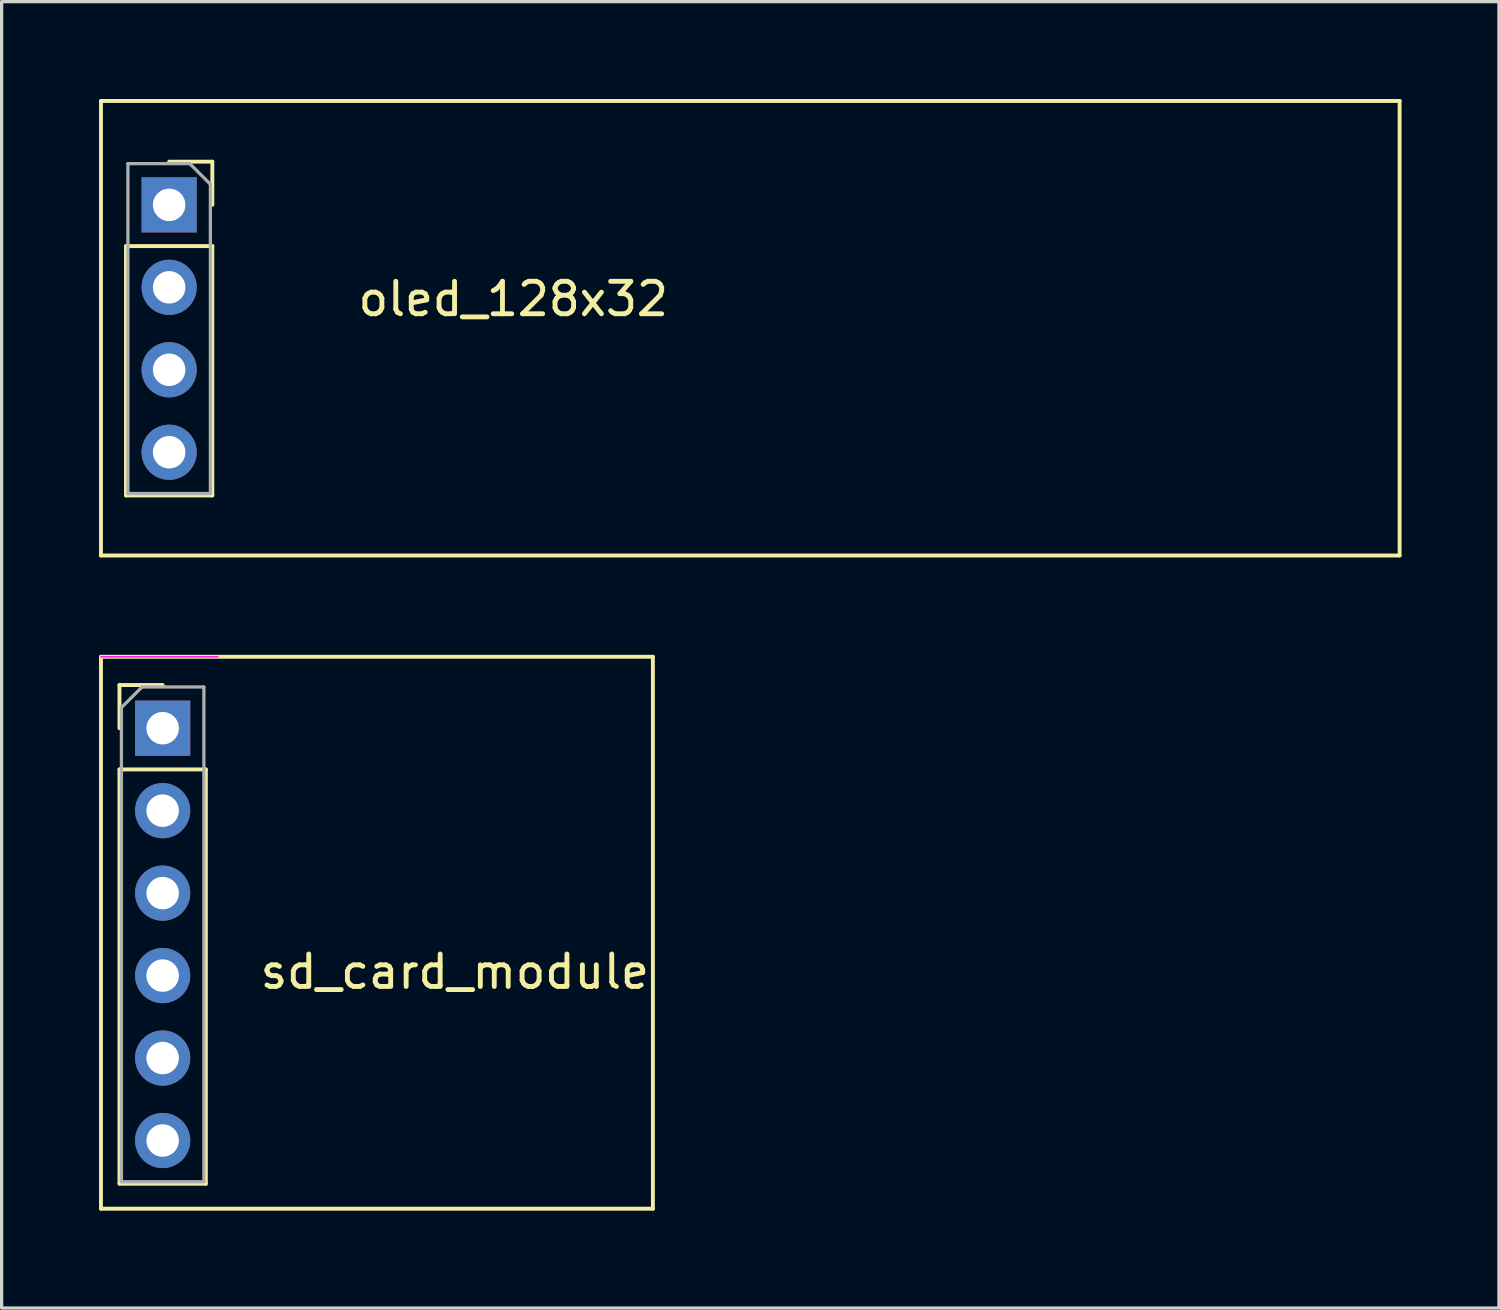
<source format=kicad_pcb>
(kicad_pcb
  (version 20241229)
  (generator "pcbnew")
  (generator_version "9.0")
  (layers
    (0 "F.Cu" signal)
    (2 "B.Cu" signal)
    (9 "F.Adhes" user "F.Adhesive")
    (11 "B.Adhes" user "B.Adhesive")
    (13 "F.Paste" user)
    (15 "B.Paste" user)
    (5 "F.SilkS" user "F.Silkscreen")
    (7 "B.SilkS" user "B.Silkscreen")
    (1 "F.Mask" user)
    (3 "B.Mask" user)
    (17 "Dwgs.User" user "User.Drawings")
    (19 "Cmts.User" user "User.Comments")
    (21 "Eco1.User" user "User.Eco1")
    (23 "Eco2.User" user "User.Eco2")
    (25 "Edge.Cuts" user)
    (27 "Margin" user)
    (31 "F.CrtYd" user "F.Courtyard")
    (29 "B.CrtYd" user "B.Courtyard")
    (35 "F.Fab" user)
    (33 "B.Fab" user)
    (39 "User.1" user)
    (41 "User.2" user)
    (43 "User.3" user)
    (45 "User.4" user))
  (footprint "oled_128x32"
    (layer "F.Cu")
    (at 2.16 2.06)
    (property "Reference" "oled_128x32" (at 10.6 4.1 0) (layer "F.SilkS") (effects (font (size 1 1) (thickness 0.15))))
    (attr through_hole)
    (fp_line (start -2.1 -2) (end -2.1 12) (stroke (width 0.12) (type solid)) (layer "F.SilkS"))
    (fp_line (start -2.1 12) (end 37.9 12) (stroke (width 0.12) (type solid)) (layer "F.SilkS"))
    (fp_line (start -1.33 2.47) (end -1.33 10.15) (stroke (width 0.12) (type solid)) (layer "F.SilkS"))
    (fp_line (start -1.33 2.47) (end 1.33 2.47) (stroke (width 0.12) (type solid)) (layer "F.SilkS"))
    (fp_line (start -1.33 10.15) (end 1.33 10.15) (stroke (width 0.12) (type solid)) (layer "F.SilkS"))
    (fp_line (start 0 -0.13) (end 1.33 -0.13) (stroke (width 0.12) (type solid)) (layer "F.SilkS"))
    (fp_line (start 1.33 -0.13) (end 1.33 1.2) (stroke (width 0.12) (type solid)) (layer "F.SilkS"))
    (fp_line (start 1.33 2.47) (end 1.33 10.15) (stroke (width 0.12) (type solid)) (layer "F.SilkS"))
    (fp_line (start 37.9 -2) (end -2.1 -2) (stroke (width 0.12) (type solid)) (layer "F.SilkS"))
    (fp_line (start 37.9 12) (end 37.9 -2) (stroke (width 0.12) (type solid)) (layer "F.SilkS"))
    (fp_line (start -1.27 -0.07) (end 0.635 -0.07) (stroke (width 0.1) (type solid)) (layer "F.Fab"))
    (fp_line (start -1.27 10.09) (end -1.27 -0.07) (stroke (width 0.1) (type solid)) (layer "F.Fab"))
    (fp_line (start 0.635 -0.07) (end 1.27 0.565) (stroke (width 0.1) (type solid)) (layer "F.Fab"))
    (fp_line (start 1.27 0.565) (end 1.27 10.09) (stroke (width 0.1) (type solid)) (layer "F.Fab"))
    (fp_line (start 1.27 10.09) (end -1.27 10.09) (stroke (width 0.1) (type solid)) (layer "F.Fab"))
    (pad "GND" thru_hole oval (at 0 8.82) (size 1.7 1.7) (drill 1) (layers "*.Cu" "*.Mask"))
    (pad "SCL" thru_hole oval (at 0 3.74) (size 1.7 1.7) (drill 1) (layers "*.Cu" "*.Mask"))
    (pad "SDA" thru_hole rect (at 0 1.2) (size 1.7 1.7) (drill 1) (layers "*.Cu" "*.Mask"))
    (pad "VCC" thru_hole oval (at 0 6.28) (size 1.7 1.7) (drill 1) (layers "*.Cu" "*.Mask")))
  (footprint "sd_card_module"
    (layer "F.Cu")
    (at 1.86 18.98)
    (property "Reference" "sd_card_module" (at 9.1 7.9 0) (layer "F.SilkS") (effects (font (size 1 1) (thickness 0.15))))
    (attr through_hole)
    (fp_line (start -1.8 -1.8) (end 15.2 -1.8) (stroke (width 0.12) (type solid)) (layer "F.SilkS"))
    (fp_line (start -1.8 15.2) (end -1.8 -1.8) (stroke (width 0.12) (type solid)) (layer "F.SilkS"))
    (fp_line (start -1.23 -0.93) (end 0.1 -0.93) (stroke (width 0.12) (type solid)) (layer "F.SilkS"))
    (fp_line (start -1.23 0.4) (end -1.23 -0.93) (stroke (width 0.12) (type solid)) (layer "F.SilkS"))
    (fp_line (start -1.23 1.67) (end -1.23 14.43) (stroke (width 0.12) (type solid)) (layer "F.SilkS"))
    (fp_line (start -1.23 1.67) (end 1.43 1.67) (stroke (width 0.12) (type solid)) (layer "F.SilkS"))
    (fp_line (start -1.23 14.43) (end 1.43 14.43) (stroke (width 0.12) (type solid)) (layer "F.SilkS"))
    (fp_line (start 1.43 1.67) (end 1.43 14.43) (stroke (width 0.12) (type solid)) (layer "F.SilkS"))
    (fp_line (start 15.2 -1.8) (end 15.2 15.2) (stroke (width 0.12) (type solid)) (layer "F.SilkS"))
    (fp_line (start 15.2 15.2) (end -1.8 15.2) (stroke (width 0.12) (type solid)) (layer "F.SilkS"))
    (fp_line (start 1.8 -1.8) (end -1.8 -1.8) (stroke (width 0.05) (type solid)) (layer "F.CrtYd"))
    (fp_line (start -1.17 -0.235) (end -0.535 -0.87) (stroke (width 0.1) (type solid)) (layer "F.Fab"))
    (fp_line (start -1.17 14.37) (end -1.17 -0.235) (stroke (width 0.1) (type solid)) (layer "F.Fab"))
    (fp_line (start -0.535 -0.87) (end 1.37 -0.87) (stroke (width 0.1) (type solid)) (layer "F.Fab"))
    (fp_line (start 1.37 -0.87) (end 1.37 14.37) (stroke (width 0.1) (type solid)) (layer "F.Fab"))
    (fp_line (start 1.37 14.37) (end -1.17 14.37) (stroke (width 0.1) (type solid)) (layer "F.Fab"))
    (pad "3V3" thru_hole oval (at 0.1 13.1) (size 1.7 1.7) (drill 1) (layers "*.Cu" "*.Mask"))
    (pad "CLK" thru_hole oval (at 0.1 5.48) (size 1.7 1.7) (drill 1) (layers "*.Cu" "*.Mask"))
    (pad "CS" thru_hole oval (at 0.1 10.56) (size 1.7 1.7) (drill 1) (layers "*.Cu" "*.Mask"))
    (pad "GND" thru_hole rect (at 0.1 0.4) (size 1.7 1.7) (drill 1) (layers "*.Cu" "*.Mask"))
    (pad "MISO" thru_hole oval (at 0.1 2.94) (size 1.7 1.7) (drill 1) (layers "*.Cu" "*.Mask"))
    (pad "MOSI" thru_hole oval (at 0.1 8.02) (size 1.7 1.7) (drill 1) (layers "*.Cu" "*.Mask")))
  (gr_rect
    (start -3 -3)
    (end 43.12 37.24)
    (stroke (width 0.1) (type default))
    (fill no)
    (layer "Edge.Cuts")))
</source>
